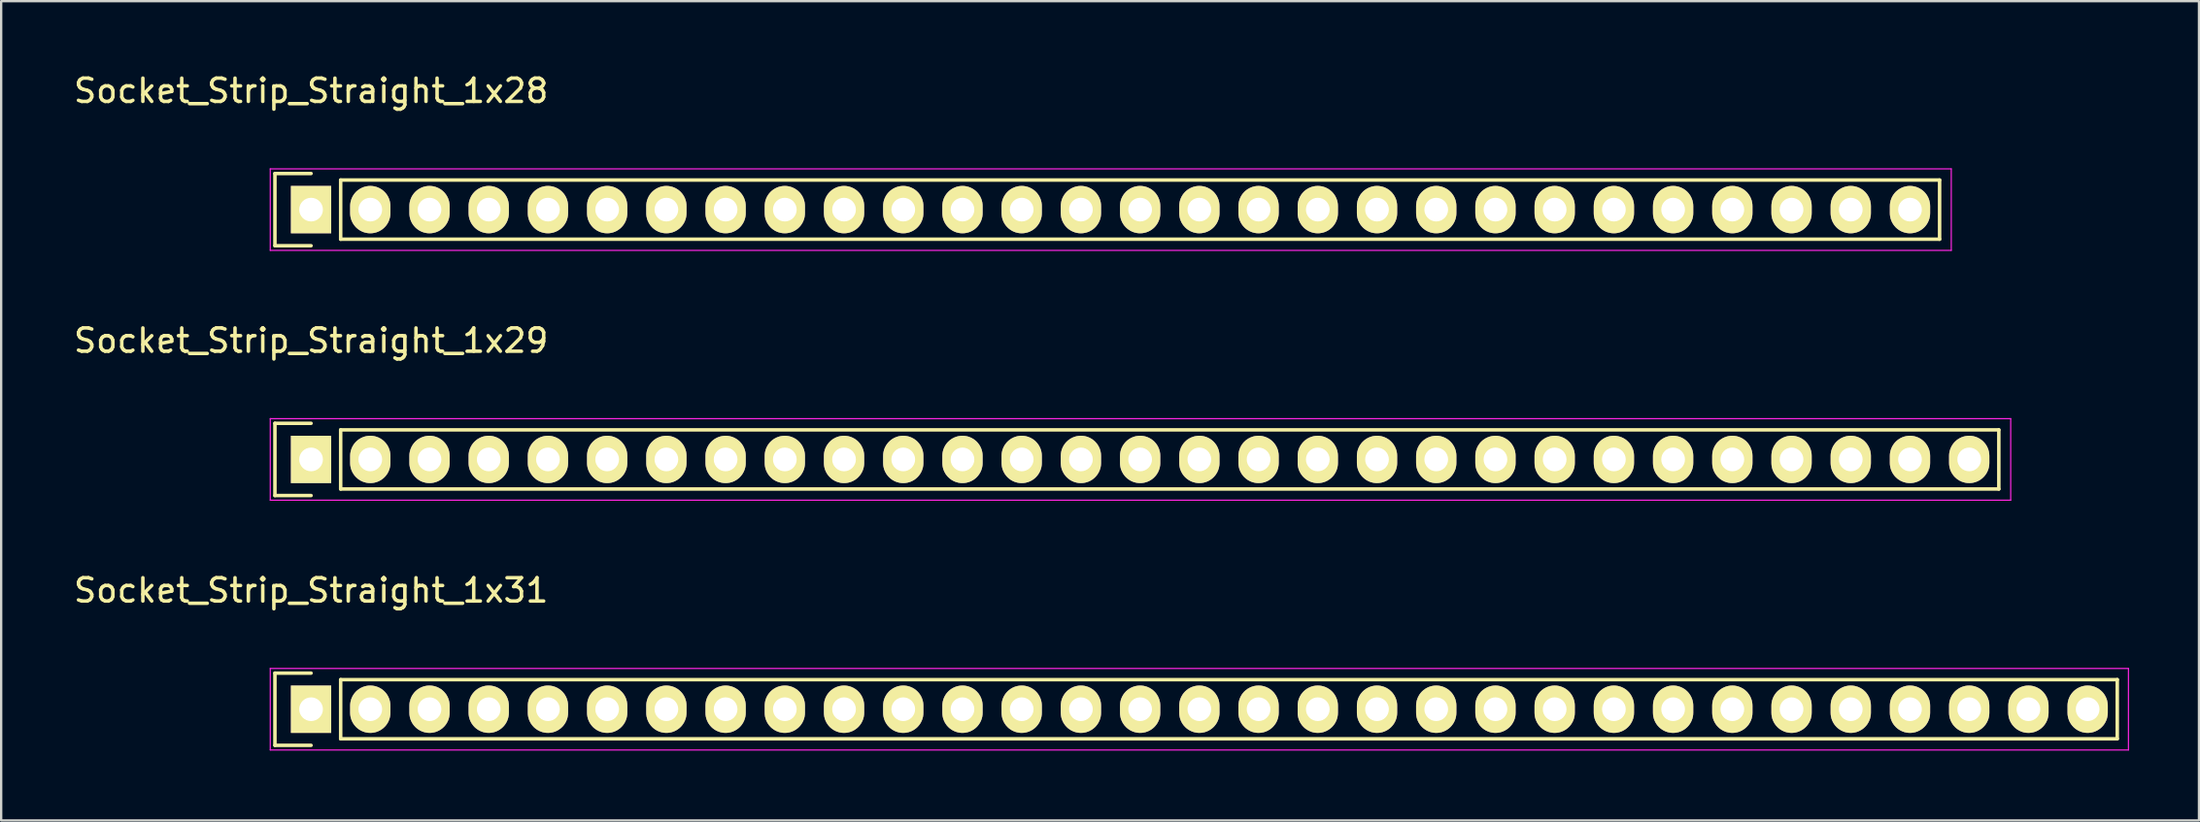
<source format=kicad_pcb>
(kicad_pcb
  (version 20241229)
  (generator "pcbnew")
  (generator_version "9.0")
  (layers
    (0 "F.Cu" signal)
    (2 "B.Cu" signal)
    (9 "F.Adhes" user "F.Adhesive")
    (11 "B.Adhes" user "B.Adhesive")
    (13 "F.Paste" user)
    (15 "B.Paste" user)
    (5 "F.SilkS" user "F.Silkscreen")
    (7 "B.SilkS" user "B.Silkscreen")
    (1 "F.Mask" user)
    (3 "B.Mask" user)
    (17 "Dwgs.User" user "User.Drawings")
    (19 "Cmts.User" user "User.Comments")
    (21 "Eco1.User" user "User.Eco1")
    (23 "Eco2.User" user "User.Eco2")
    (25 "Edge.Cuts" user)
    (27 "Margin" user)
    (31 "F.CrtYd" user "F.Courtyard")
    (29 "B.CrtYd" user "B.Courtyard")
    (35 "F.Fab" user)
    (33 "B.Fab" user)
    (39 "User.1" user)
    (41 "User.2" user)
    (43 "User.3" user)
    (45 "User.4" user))
  (footprint "Socket_Strip_Straight_1x28"
    (layer "F.Cu")
    (at 10.292 5.948)
    (property "Reference" "Socket_Strip_Straight_1x28" (at 0 -5.1 0) (layer "F.SilkS") (effects (font (size 1 1) (thickness 0.15))))
    (attr through_hole)
    (fp_line (start -1.55 -1.55) (end -1.55 1.55) (stroke (width 0.15) (type solid)) (layer "F.SilkS"))
    (fp_line (start -1.55 1.55) (end 0 1.55) (stroke (width 0.15) (type solid)) (layer "F.SilkS"))
    (fp_line (start 0 -1.55) (end -1.55 -1.55) (stroke (width 0.15) (type solid)) (layer "F.SilkS"))
    (fp_line (start 1.27 -1.27) (end 69.85 -1.27) (stroke (width 0.15) (type solid)) (layer "F.SilkS"))
    (fp_line (start 1.27 1.27) (end 1.27 -1.27) (stroke (width 0.15) (type solid)) (layer "F.SilkS"))
    (fp_line (start 69.85 -1.27) (end 69.85 1.27) (stroke (width 0.15) (type solid)) (layer "F.SilkS"))
    (fp_line (start 69.85 1.27) (end 1.27 1.27) (stroke (width 0.15) (type solid)) (layer "F.SilkS"))
    (fp_line (start -1.75 -1.75) (end -1.75 1.75) (stroke (width 0.05) (type solid)) (layer "F.CrtYd"))
    (fp_line (start -1.75 -1.75) (end 70.35 -1.75) (stroke (width 0.05) (type solid)) (layer "F.CrtYd"))
    (fp_line (start -1.75 1.75) (end 70.35 1.75) (stroke (width 0.05) (type solid)) (layer "F.CrtYd"))
    (fp_line (start 70.35 -1.75) (end 70.35 1.75) (stroke (width 0.05) (type solid)) (layer "F.CrtYd"))
    (pad "1" thru_hole rect (at 0 0) (size 1.727 2.032) (drill 1.016) (layers "*.Cu" "*.Mask" "F.SilkS"))
    (pad "2" thru_hole oval (at 2.54 0) (size 1.727 2.032) (drill 1.016) (layers "*.Cu" "*.Mask" "F.SilkS"))
    (pad "3" thru_hole oval (at 5.08 0) (size 1.727 2.032) (drill 1.016) (layers "*.Cu" "*.Mask" "F.SilkS"))
    (pad "4" thru_hole oval (at 7.62 0) (size 1.727 2.032) (drill 1.016) (layers "*.Cu" "*.Mask" "F.SilkS"))
    (pad "5" thru_hole oval (at 10.16 0) (size 1.727 2.032) (drill 1.016) (layers "*.Cu" "*.Mask" "F.SilkS"))
    (pad "6" thru_hole oval (at 12.7 0) (size 1.727 2.032) (drill 1.016) (layers "*.Cu" "*.Mask" "F.SilkS"))
    (pad "7" thru_hole oval (at 15.24 0) (size 1.727 2.032) (drill 1.016) (layers "*.Cu" "*.Mask" "F.SilkS"))
    (pad "8" thru_hole oval (at 17.78 0) (size 1.727 2.032) (drill 1.016) (layers "*.Cu" "*.Mask" "F.SilkS"))
    (pad "9" thru_hole oval (at 20.32 0) (size 1.727 2.032) (drill 1.016) (layers "*.Cu" "*.Mask" "F.SilkS"))
    (pad "10" thru_hole oval (at 22.86 0) (size 1.727 2.032) (drill 1.016) (layers "*.Cu" "*.Mask" "F.SilkS"))
    (pad "11" thru_hole oval (at 25.4 0) (size 1.727 2.032) (drill 1.016) (layers "*.Cu" "*.Mask" "F.SilkS"))
    (pad "12" thru_hole oval (at 27.94 0) (size 1.727 2.032) (drill 1.016) (layers "*.Cu" "*.Mask" "F.SilkS"))
    (pad "13" thru_hole oval (at 30.48 0) (size 1.727 2.032) (drill 1.016) (layers "*.Cu" "*.Mask" "F.SilkS"))
    (pad "14" thru_hole oval (at 33.02 0) (size 1.727 2.032) (drill 1.016) (layers "*.Cu" "*.Mask" "F.SilkS"))
    (pad "15" thru_hole oval (at 35.56 0) (size 1.727 2.032) (drill 1.016) (layers "*.Cu" "*.Mask" "F.SilkS"))
    (pad "16" thru_hole oval (at 38.1 0) (size 1.727 2.032) (drill 1.016) (layers "*.Cu" "*.Mask" "F.SilkS"))
    (pad "17" thru_hole oval (at 40.64 0) (size 1.727 2.032) (drill 1.016) (layers "*.Cu" "*.Mask" "F.SilkS"))
    (pad "18" thru_hole oval (at 43.18 0) (size 1.727 2.032) (drill 1.016) (layers "*.Cu" "*.Mask" "F.SilkS"))
    (pad "19" thru_hole oval (at 45.72 0) (size 1.727 2.032) (drill 1.016) (layers "*.Cu" "*.Mask" "F.SilkS"))
    (pad "20" thru_hole oval (at 48.26 0) (size 1.727 2.032) (drill 1.016) (layers "*.Cu" "*.Mask" "F.SilkS"))
    (pad "21" thru_hole oval (at 50.8 0) (size 1.727 2.032) (drill 1.016) (layers "*.Cu" "*.Mask" "F.SilkS"))
    (pad "22" thru_hole oval (at 53.34 0) (size 1.727 2.032) (drill 1.016) (layers "*.Cu" "*.Mask" "F.SilkS"))
    (pad "23" thru_hole oval (at 55.88 0) (size 1.727 2.032) (drill 1.016) (layers "*.Cu" "*.Mask" "F.SilkS"))
    (pad "24" thru_hole oval (at 58.42 0) (size 1.727 2.032) (drill 1.016) (layers "*.Cu" "*.Mask" "F.SilkS"))
    (pad "25" thru_hole oval (at 60.96 0) (size 1.727 2.032) (drill 1.016) (layers "*.Cu" "*.Mask" "F.SilkS"))
    (pad "26" thru_hole oval (at 63.5 0) (size 1.727 2.032) (drill 1.016) (layers "*.Cu" "*.Mask" "F.SilkS"))
    (pad "27" thru_hole oval (at 66.04 0) (size 1.727 2.032) (drill 1.016) (layers "*.Cu" "*.Mask" "F.SilkS"))
    (pad "28" thru_hole oval (at 68.58 0) (size 1.727 2.032) (drill 1.016) (layers "*.Cu" "*.Mask" "F.SilkS")))
  (footprint "Socket_Strip_Straight_1x31"
    (layer "F.Cu")
    (at 10.292 27.395)
    (property "Reference" "Socket_Strip_Straight_1x31" (at 0 -5.1 0) (layer "F.SilkS") (effects (font (size 1 1) (thickness 0.15))))
    (attr through_hole)
    (fp_line (start -1.55 -1.55) (end -1.55 1.55) (stroke (width 0.15) (type solid)) (layer "F.SilkS"))
    (fp_line (start -1.55 1.55) (end 0 1.55) (stroke (width 0.15) (type solid)) (layer "F.SilkS"))
    (fp_line (start 0 -1.55) (end -1.55 -1.55) (stroke (width 0.15) (type solid)) (layer "F.SilkS"))
    (fp_line (start 1.27 -1.27) (end 77.47 -1.27) (stroke (width 0.15) (type solid)) (layer "F.SilkS"))
    (fp_line (start 1.27 1.27) (end 1.27 -1.27) (stroke (width 0.15) (type solid)) (layer "F.SilkS"))
    (fp_line (start 77.47 -1.27) (end 77.47 1.27) (stroke (width 0.15) (type solid)) (layer "F.SilkS"))
    (fp_line (start 77.47 1.27) (end 1.27 1.27) (stroke (width 0.15) (type solid)) (layer "F.SilkS"))
    (fp_line (start -1.75 -1.75) (end -1.75 1.75) (stroke (width 0.05) (type solid)) (layer "F.CrtYd"))
    (fp_line (start -1.75 -1.75) (end 77.95 -1.75) (stroke (width 0.05) (type solid)) (layer "F.CrtYd"))
    (fp_line (start -1.75 1.75) (end 77.95 1.75) (stroke (width 0.05) (type solid)) (layer "F.CrtYd"))
    (fp_line (start 77.95 -1.75) (end 77.95 1.75) (stroke (width 0.05) (type solid)) (layer "F.CrtYd"))
    (pad "1" thru_hole rect (at 0 0) (size 1.727 2.032) (drill 1.016) (layers "*.Cu" "*.Mask" "F.SilkS"))
    (pad "2" thru_hole oval (at 2.54 0) (size 1.727 2.032) (drill 1.016) (layers "*.Cu" "*.Mask" "F.SilkS"))
    (pad "3" thru_hole oval (at 5.08 0) (size 1.727 2.032) (drill 1.016) (layers "*.Cu" "*.Mask" "F.SilkS"))
    (pad "4" thru_hole oval (at 7.62 0) (size 1.727 2.032) (drill 1.016) (layers "*.Cu" "*.Mask" "F.SilkS"))
    (pad "5" thru_hole oval (at 10.16 0) (size 1.727 2.032) (drill 1.016) (layers "*.Cu" "*.Mask" "F.SilkS"))
    (pad "6" thru_hole oval (at 12.7 0) (size 1.727 2.032) (drill 1.016) (layers "*.Cu" "*.Mask" "F.SilkS"))
    (pad "7" thru_hole oval (at 15.24 0) (size 1.727 2.032) (drill 1.016) (layers "*.Cu" "*.Mask" "F.SilkS"))
    (pad "8" thru_hole oval (at 17.78 0) (size 1.727 2.032) (drill 1.016) (layers "*.Cu" "*.Mask" "F.SilkS"))
    (pad "9" thru_hole oval (at 20.32 0) (size 1.727 2.032) (drill 1.016) (layers "*.Cu" "*.Mask" "F.SilkS"))
    (pad "10" thru_hole oval (at 22.86 0) (size 1.727 2.032) (drill 1.016) (layers "*.Cu" "*.Mask" "F.SilkS"))
    (pad "11" thru_hole oval (at 25.4 0) (size 1.727 2.032) (drill 1.016) (layers "*.Cu" "*.Mask" "F.SilkS"))
    (pad "12" thru_hole oval (at 27.94 0) (size 1.727 2.032) (drill 1.016) (layers "*.Cu" "*.Mask" "F.SilkS"))
    (pad "13" thru_hole oval (at 30.48 0) (size 1.727 2.032) (drill 1.016) (layers "*.Cu" "*.Mask" "F.SilkS"))
    (pad "14" thru_hole oval (at 33.02 0) (size 1.727 2.032) (drill 1.016) (layers "*.Cu" "*.Mask" "F.SilkS"))
    (pad "15" thru_hole oval (at 35.56 0) (size 1.727 2.032) (drill 1.016) (layers "*.Cu" "*.Mask" "F.SilkS"))
    (pad "16" thru_hole oval (at 38.1 0) (size 1.727 2.032) (drill 1.016) (layers "*.Cu" "*.Mask" "F.SilkS"))
    (pad "17" thru_hole oval (at 40.64 0) (size 1.727 2.032) (drill 1.016) (layers "*.Cu" "*.Mask" "F.SilkS"))
    (pad "18" thru_hole oval (at 43.18 0) (size 1.727 2.032) (drill 1.016) (layers "*.Cu" "*.Mask" "F.SilkS"))
    (pad "19" thru_hole oval (at 45.72 0) (size 1.727 2.032) (drill 1.016) (layers "*.Cu" "*.Mask" "F.SilkS"))
    (pad "20" thru_hole oval (at 48.26 0) (size 1.727 2.032) (drill 1.016) (layers "*.Cu" "*.Mask" "F.SilkS"))
    (pad "21" thru_hole oval (at 50.8 0) (size 1.727 2.032) (drill 1.016) (layers "*.Cu" "*.Mask" "F.SilkS"))
    (pad "22" thru_hole oval (at 53.34 0) (size 1.727 2.032) (drill 1.016) (layers "*.Cu" "*.Mask" "F.SilkS"))
    (pad "23" thru_hole oval (at 55.88 0) (size 1.727 2.032) (drill 1.016) (layers "*.Cu" "*.Mask" "F.SilkS"))
    (pad "24" thru_hole oval (at 58.42 0) (size 1.727 2.032) (drill 1.016) (layers "*.Cu" "*.Mask" "F.SilkS"))
    (pad "25" thru_hole oval (at 60.96 0) (size 1.727 2.032) (drill 1.016) (layers "*.Cu" "*.Mask" "F.SilkS"))
    (pad "26" thru_hole oval (at 63.5 0) (size 1.727 2.032) (drill 1.016) (layers "*.Cu" "*.Mask" "F.SilkS"))
    (pad "27" thru_hole oval (at 66.04 0) (size 1.727 2.032) (drill 1.016) (layers "*.Cu" "*.Mask" "F.SilkS"))
    (pad "28" thru_hole oval (at 68.58 0) (size 1.727 2.032) (drill 1.016) (layers "*.Cu" "*.Mask" "F.SilkS"))
    (pad "29" thru_hole oval (at 71.12 0) (size 1.727 2.032) (drill 1.016) (layers "*.Cu" "*.Mask" "F.SilkS"))
    (pad "30" thru_hole oval (at 73.66 0) (size 1.727 2.032) (drill 1.016) (layers "*.Cu" "*.Mask" "F.SilkS"))
    (pad "31" thru_hole oval (at 76.2 0) (size 1.727 2.032) (drill 1.016) (layers "*.Cu" "*.Mask" "F.SilkS")))
  (footprint "Socket_Strip_Straight_1x29"
    (layer "F.Cu")
    (at 10.292 16.672)
    (property "Reference" "Socket_Strip_Straight_1x29" (at 0 -5.1 0) (layer "F.SilkS") (effects (font (size 1 1) (thickness 0.15))))
    (attr through_hole)
    (fp_line (start -1.55 -1.55) (end -1.55 1.55) (stroke (width 0.15) (type solid)) (layer "F.SilkS"))
    (fp_line (start -1.55 1.55) (end 0 1.55) (stroke (width 0.15) (type solid)) (layer "F.SilkS"))
    (fp_line (start 0 -1.55) (end -1.55 -1.55) (stroke (width 0.15) (type solid)) (layer "F.SilkS"))
    (fp_line (start 1.27 -1.27) (end 72.39 -1.27) (stroke (width 0.15) (type solid)) (layer "F.SilkS"))
    (fp_line (start 1.27 1.27) (end 1.27 -1.27) (stroke (width 0.15) (type solid)) (layer "F.SilkS"))
    (fp_line (start 72.39 -1.27) (end 72.39 1.27) (stroke (width 0.15) (type solid)) (layer "F.SilkS"))
    (fp_line (start 72.39 1.27) (end 1.27 1.27) (stroke (width 0.15) (type solid)) (layer "F.SilkS"))
    (fp_line (start -1.75 -1.75) (end -1.75 1.75) (stroke (width 0.05) (type solid)) (layer "F.CrtYd"))
    (fp_line (start -1.75 -1.75) (end 72.9 -1.75) (stroke (width 0.05) (type solid)) (layer "F.CrtYd"))
    (fp_line (start -1.75 1.75) (end 72.9 1.75) (stroke (width 0.05) (type solid)) (layer "F.CrtYd"))
    (fp_line (start 72.9 -1.75) (end 72.9 1.75) (stroke (width 0.05) (type solid)) (layer "F.CrtYd"))
    (pad "1" thru_hole rect (at 0 0) (size 1.727 2.032) (drill 1.016) (layers "*.Cu" "*.Mask" "F.SilkS"))
    (pad "2" thru_hole oval (at 2.54 0) (size 1.727 2.032) (drill 1.016) (layers "*.Cu" "*.Mask" "F.SilkS"))
    (pad "3" thru_hole oval (at 5.08 0) (size 1.727 2.032) (drill 1.016) (layers "*.Cu" "*.Mask" "F.SilkS"))
    (pad "4" thru_hole oval (at 7.62 0) (size 1.727 2.032) (drill 1.016) (layers "*.Cu" "*.Mask" "F.SilkS"))
    (pad "5" thru_hole oval (at 10.16 0) (size 1.727 2.032) (drill 1.016) (layers "*.Cu" "*.Mask" "F.SilkS"))
    (pad "6" thru_hole oval (at 12.7 0) (size 1.727 2.032) (drill 1.016) (layers "*.Cu" "*.Mask" "F.SilkS"))
    (pad "7" thru_hole oval (at 15.24 0) (size 1.727 2.032) (drill 1.016) (layers "*.Cu" "*.Mask" "F.SilkS"))
    (pad "8" thru_hole oval (at 17.78 0) (size 1.727 2.032) (drill 1.016) (layers "*.Cu" "*.Mask" "F.SilkS"))
    (pad "9" thru_hole oval (at 20.32 0) (size 1.727 2.032) (drill 1.016) (layers "*.Cu" "*.Mask" "F.SilkS"))
    (pad "10" thru_hole oval (at 22.86 0) (size 1.727 2.032) (drill 1.016) (layers "*.Cu" "*.Mask" "F.SilkS"))
    (pad "11" thru_hole oval (at 25.4 0) (size 1.727 2.032) (drill 1.016) (layers "*.Cu" "*.Mask" "F.SilkS"))
    (pad "12" thru_hole oval (at 27.94 0) (size 1.727 2.032) (drill 1.016) (layers "*.Cu" "*.Mask" "F.SilkS"))
    (pad "13" thru_hole oval (at 30.48 0) (size 1.727 2.032) (drill 1.016) (layers "*.Cu" "*.Mask" "F.SilkS"))
    (pad "14" thru_hole oval (at 33.02 0) (size 1.727 2.032) (drill 1.016) (layers "*.Cu" "*.Mask" "F.SilkS"))
    (pad "15" thru_hole oval (at 35.56 0) (size 1.727 2.032) (drill 1.016) (layers "*.Cu" "*.Mask" "F.SilkS"))
    (pad "16" thru_hole oval (at 38.1 0) (size 1.727 2.032) (drill 1.016) (layers "*.Cu" "*.Mask" "F.SilkS"))
    (pad "17" thru_hole oval (at 40.64 0) (size 1.727 2.032) (drill 1.016) (layers "*.Cu" "*.Mask" "F.SilkS"))
    (pad "18" thru_hole oval (at 43.18 0) (size 1.727 2.032) (drill 1.016) (layers "*.Cu" "*.Mask" "F.SilkS"))
    (pad "19" thru_hole oval (at 45.72 0) (size 1.727 2.032) (drill 1.016) (layers "*.Cu" "*.Mask" "F.SilkS"))
    (pad "20" thru_hole oval (at 48.26 0) (size 1.727 2.032) (drill 1.016) (layers "*.Cu" "*.Mask" "F.SilkS"))
    (pad "21" thru_hole oval (at 50.8 0) (size 1.727 2.032) (drill 1.016) (layers "*.Cu" "*.Mask" "F.SilkS"))
    (pad "22" thru_hole oval (at 53.34 0) (size 1.727 2.032) (drill 1.016) (layers "*.Cu" "*.Mask" "F.SilkS"))
    (pad "23" thru_hole oval (at 55.88 0) (size 1.727 2.032) (drill 1.016) (layers "*.Cu" "*.Mask" "F.SilkS"))
    (pad "24" thru_hole oval (at 58.42 0) (size 1.727 2.032) (drill 1.016) (layers "*.Cu" "*.Mask" "F.SilkS"))
    (pad "25" thru_hole oval (at 60.96 0) (size 1.727 2.032) (drill 1.016) (layers "*.Cu" "*.Mask" "F.SilkS"))
    (pad "26" thru_hole oval (at 63.5 0) (size 1.727 2.032) (drill 1.016) (layers "*.Cu" "*.Mask" "F.SilkS"))
    (pad "27" thru_hole oval (at 66.04 0) (size 1.727 2.032) (drill 1.016) (layers "*.Cu" "*.Mask" "F.SilkS"))
    (pad "28" thru_hole oval (at 68.58 0) (size 1.727 2.032) (drill 1.016) (layers "*.Cu" "*.Mask" "F.SilkS"))
    (pad "29" thru_hole oval (at 71.12 0) (size 1.727 2.032) (drill 1.016) (layers "*.Cu" "*.Mask" "F.SilkS")))
  (gr_rect
    (start -3 -3)
    (end 91.267 32.17)
    (stroke (width 0.1) (type default))
    (fill no)
    (layer "Edge.Cuts")))
</source>
